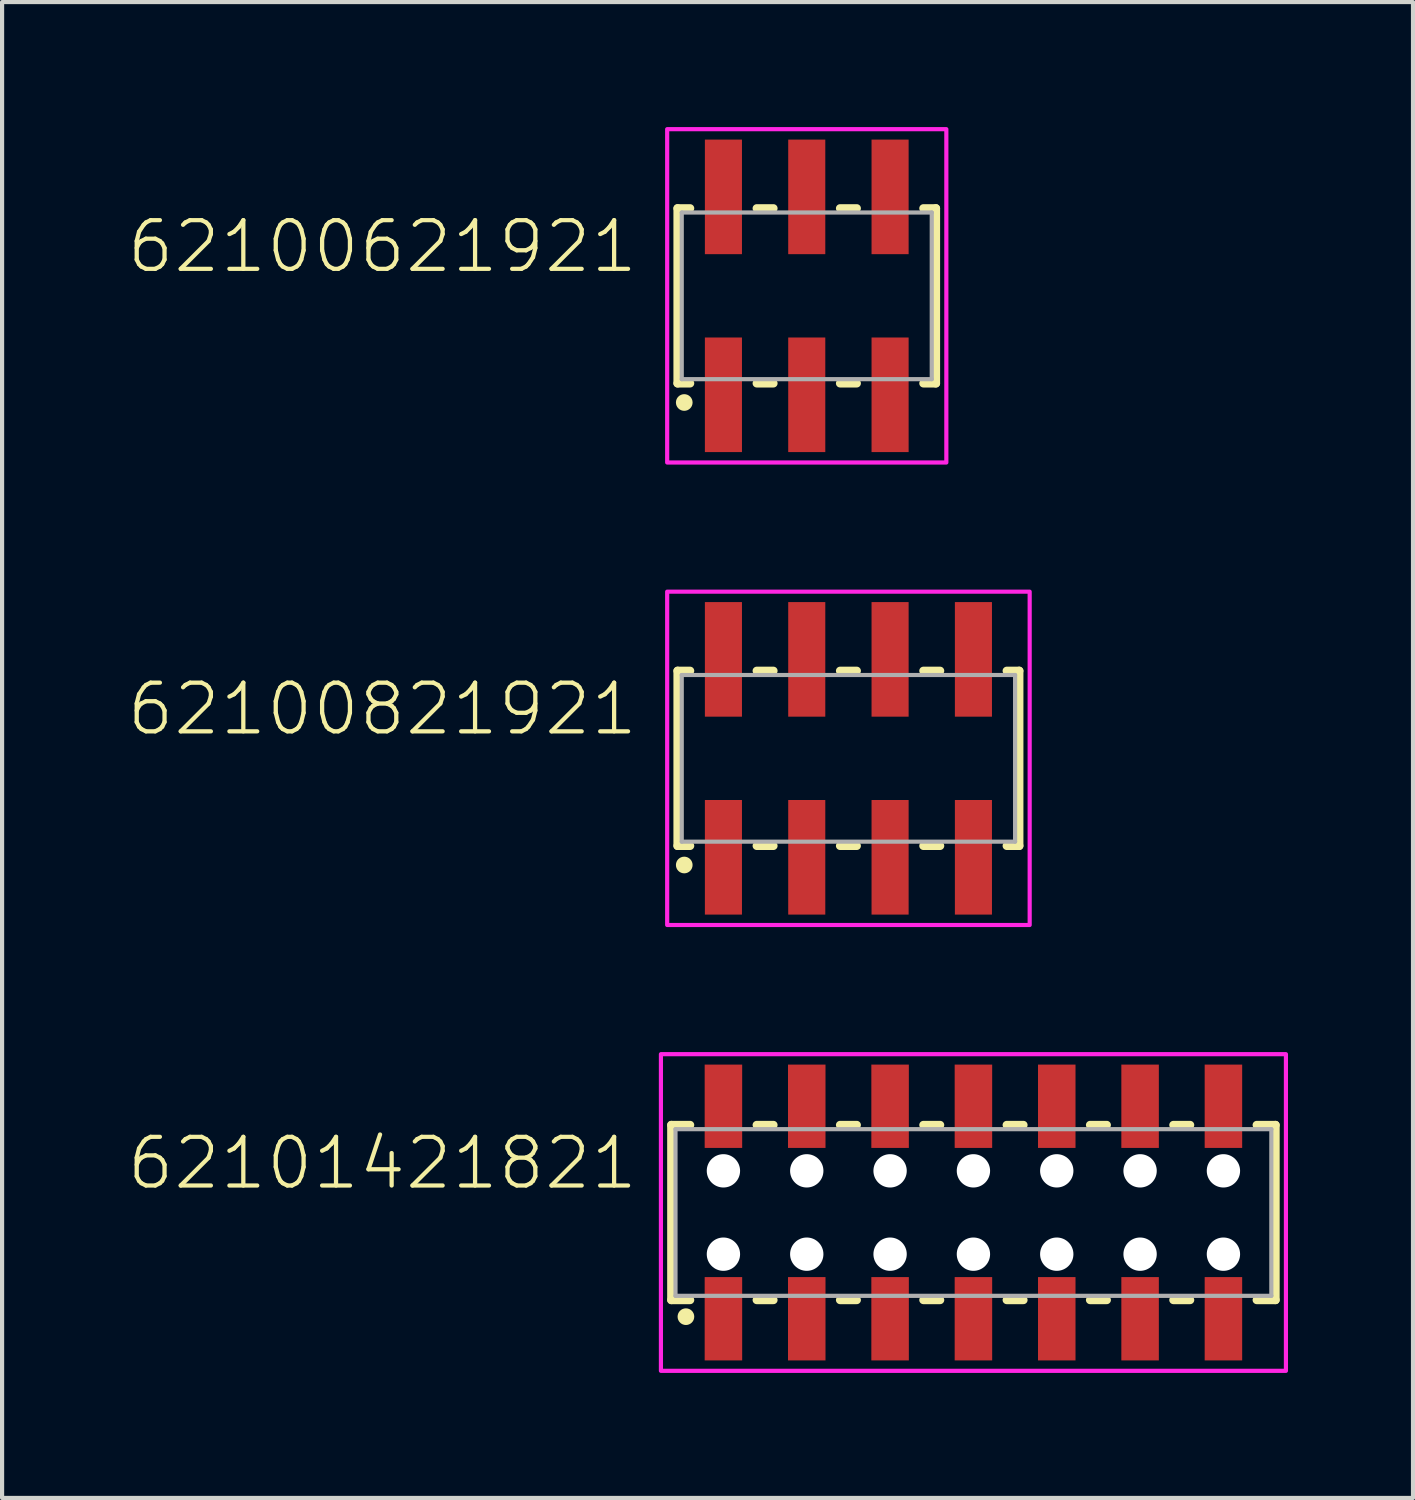
<source format=kicad_pcb>
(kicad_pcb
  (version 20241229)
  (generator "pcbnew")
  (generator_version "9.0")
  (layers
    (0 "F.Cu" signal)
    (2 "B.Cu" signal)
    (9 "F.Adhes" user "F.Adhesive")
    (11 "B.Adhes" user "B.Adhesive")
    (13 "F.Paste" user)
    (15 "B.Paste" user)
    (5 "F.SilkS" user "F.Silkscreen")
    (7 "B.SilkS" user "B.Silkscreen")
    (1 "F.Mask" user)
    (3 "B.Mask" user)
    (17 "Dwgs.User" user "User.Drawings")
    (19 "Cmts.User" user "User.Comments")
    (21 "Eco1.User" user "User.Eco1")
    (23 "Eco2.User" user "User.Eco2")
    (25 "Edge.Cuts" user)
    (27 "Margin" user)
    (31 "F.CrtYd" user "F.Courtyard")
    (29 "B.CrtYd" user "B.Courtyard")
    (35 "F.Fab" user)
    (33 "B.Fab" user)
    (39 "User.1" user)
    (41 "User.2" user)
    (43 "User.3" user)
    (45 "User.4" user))
  (footprint "62101421821"
    (layer "F.Cu")
    (at 20.312 26.05)
    (property "Reference" "62101421821" (at -8 -0.5 0) (unlocked yes) (layer "F.SilkS") (effects (font (size 1.168 1.168) (thickness 0.102)) (justify right bottom)))
    (fp_line (start -7.25 -2.1) (end -7.25 2.1) (stroke (width 0.2) (type solid)) (layer "F.SilkS"))
    (fp_line (start -7.25 2.1) (end -6.8 2.1) (stroke (width 0.2) (type solid)) (layer "F.SilkS"))
    (fp_line (start -6.8 -2.1) (end -7.25 -2.1) (stroke (width 0.2) (type solid)) (layer "F.SilkS"))
    (fp_line (start -5.2 -2.1) (end -4.8 -2.1) (stroke (width 0.2) (type solid)) (layer "F.SilkS"))
    (fp_line (start -5.2 2.1) (end -4.8 2.1) (stroke (width 0.2) (type solid)) (layer "F.SilkS"))
    (fp_line (start -3.2 -2.1) (end -2.8 -2.1) (stroke (width 0.2) (type solid)) (layer "F.SilkS"))
    (fp_line (start -3.2 2.1) (end -2.8 2.1) (stroke (width 0.2) (type solid)) (layer "F.SilkS"))
    (fp_line (start -1.2 -2.1) (end -0.8 -2.1) (stroke (width 0.2) (type solid)) (layer "F.SilkS"))
    (fp_line (start -1.2 2.1) (end -0.8 2.1) (stroke (width 0.2) (type solid)) (layer "F.SilkS"))
    (fp_line (start 0.8 -2.1) (end 1.2 -2.1) (stroke (width 0.2) (type solid)) (layer "F.SilkS"))
    (fp_line (start 0.8 2.1) (end 1.2 2.1) (stroke (width 0.2) (type solid)) (layer "F.SilkS"))
    (fp_line (start 2.8 -2.1) (end 3.2 -2.1) (stroke (width 0.2) (type solid)) (layer "F.SilkS"))
    (fp_line (start 2.8 2.1) (end 3.2 2.1) (stroke (width 0.2) (type solid)) (layer "F.SilkS"))
    (fp_line (start 4.8 -2.1) (end 5.2 -2.1) (stroke (width 0.2) (type solid)) (layer "F.SilkS"))
    (fp_line (start 4.8 2.1) (end 5.2 2.1) (stroke (width 0.2) (type solid)) (layer "F.SilkS"))
    (fp_line (start 6.8 -2.1) (end 7.25 -2.1) (stroke (width 0.2) (type solid)) (layer "F.SilkS"))
    (fp_line (start 6.8 2.1) (end 7.25 2.1) (stroke (width 0.2) (type solid)) (layer "F.SilkS"))
    (fp_line (start 7.25 -2.1) (end 7.25 2.1) (stroke (width 0.2) (type solid)) (layer "F.SilkS"))
    (fp_circle (center -6.9 2.5) (end -6.8 2.5) (stroke (width 0.2) (type solid)) (fill no) (layer "F.SilkS"))
    (fp_poly (pts (xy 7.5 3.8) (xy -7.5 3.8) (xy -7.5 -3.8) (xy 7.5 -3.8)) (stroke (width 0.1) (type default)) (fill no) (layer "F.CrtYd"))
    (fp_line (start -7.15 -2) (end 7.15 -2) (stroke (width 0.1) (type solid)) (layer "F.Fab"))
    (fp_line (start -7.15 2) (end -7.15 -2) (stroke (width 0.1) (type solid)) (layer "F.Fab"))
    (fp_line (start 7.15 -2) (end 7.15 2) (stroke (width 0.1) (type solid)) (layer "F.Fab"))
    (fp_line (start 7.15 2) (end -7.15 2) (stroke (width 0.1) (type solid)) (layer "F.Fab"))
    (pad "" np_thru_hole circle (at -6 -1) (size 0.8 0.8) (drill 0.8) (layers "*.Cu" "*.Mask"))
    (pad "" np_thru_hole circle (at -6 1) (size 0.8 0.8) (drill 0.8) (layers "*.Cu" "*.Mask"))
    (pad "" np_thru_hole circle (at -4 -1) (size 0.8 0.8) (drill 0.8) (layers "*.Cu" "*.Mask"))
    (pad "" np_thru_hole circle (at -4 1) (size 0.8 0.8) (drill 0.8) (layers "*.Cu" "*.Mask"))
    (pad "" np_thru_hole circle (at -2 -1) (size 0.8 0.8) (drill 0.8) (layers "*.Cu" "*.Mask"))
    (pad "" np_thru_hole circle (at -2 1) (size 0.8 0.8) (drill 0.8) (layers "*.Cu" "*.Mask"))
    (pad "" np_thru_hole circle (at 0 -1) (size 0.8 0.8) (drill 0.8) (layers "*.Cu" "*.Mask"))
    (pad "" np_thru_hole circle (at 0 1) (size 0.8 0.8) (drill 0.8) (layers "*.Cu" "*.Mask"))
    (pad "" np_thru_hole circle (at 2 -1) (size 0.8 0.8) (drill 0.8) (layers "*.Cu" "*.Mask"))
    (pad "" np_thru_hole circle (at 2 1) (size 0.8 0.8) (drill 0.8) (layers "*.Cu" "*.Mask"))
    (pad "" np_thru_hole circle (at 4 -1) (size 0.8 0.8) (drill 0.8) (layers "*.Cu" "*.Mask"))
    (pad "" np_thru_hole circle (at 4 1) (size 0.8 0.8) (drill 0.8) (layers "*.Cu" "*.Mask"))
    (pad "" np_thru_hole circle (at 6 -1) (size 0.8 0.8) (drill 0.8) (layers "*.Cu" "*.Mask"))
    (pad "" np_thru_hole circle (at 6 1) (size 0.8 0.8) (drill 0.8) (layers "*.Cu" "*.Mask"))
    (pad "1" smd rect (at -6 2.55) (size 0.9 2) (layers "F.Cu" "F.Mask" "F.Paste"))
    (pad "2" smd rect (at -6 -2.55) (size 0.9 2) (layers "F.Cu" "F.Mask" "F.Paste"))
    (pad "3" smd rect (at -4 2.55) (size 0.9 2) (layers "F.Cu" "F.Mask" "F.Paste"))
    (pad "4" smd rect (at -4 -2.55) (size 0.9 2) (layers "F.Cu" "F.Mask" "F.Paste"))
    (pad "5" smd rect (at -2 2.55) (size 0.9 2) (layers "F.Cu" "F.Mask" "F.Paste"))
    (pad "6" smd rect (at -2 -2.55) (size 0.9 2) (layers "F.Cu" "F.Mask" "F.Paste"))
    (pad "7" smd rect (at 0 2.55) (size 0.9 2) (layers "F.Cu" "F.Mask" "F.Paste"))
    (pad "8" smd rect (at 0 -2.55) (size 0.9 2) (layers "F.Cu" "F.Mask" "F.Paste"))
    (pad "9" smd rect (at 2 2.55) (size 0.9 2) (layers "F.Cu" "F.Mask" "F.Paste"))
    (pad "10" smd rect (at 2 -2.55) (size 0.9 2) (layers "F.Cu" "F.Mask" "F.Paste"))
    (pad "11" smd rect (at 4 2.55) (size 0.9 2) (layers "F.Cu" "F.Mask" "F.Paste"))
    (pad "12" smd rect (at 4 -2.55) (size 0.9 2) (layers "F.Cu" "F.Mask" "F.Paste"))
    (pad "13" smd rect (at 6 2.55) (size 0.9 2) (layers "F.Cu" "F.Mask" "F.Paste"))
    (pad "14" smd rect (at 6 -2.55) (size 0.9 2) (layers "F.Cu" "F.Mask" "F.Paste")))
  (footprint "62100821921"
    (layer "F.Cu")
    (at 17.312 15.15)
    (property "Reference" "62100821921" (at -5 -0.5 0) (unlocked yes) (layer "F.SilkS") (effects (font (size 1.168 1.168) (thickness 0.102)) (justify right bottom)))
    (fp_line (start -4.1 -2.1) (end -4.1 2.1) (stroke (width 0.2) (type solid)) (layer "F.SilkS"))
    (fp_line (start -4.1 2.1) (end -3.8 2.1) (stroke (width 0.2) (type solid)) (layer "F.SilkS"))
    (fp_line (start -3.8 -2.1) (end -4.1 -2.1) (stroke (width 0.2) (type solid)) (layer "F.SilkS"))
    (fp_line (start -2.2 -2.1) (end -1.8 -2.1) (stroke (width 0.2) (type solid)) (layer "F.SilkS"))
    (fp_line (start -1.8 2.1) (end -2.2 2.1) (stroke (width 0.2) (type solid)) (layer "F.SilkS"))
    (fp_line (start -0.2 -2.1) (end 0.2 -2.1) (stroke (width 0.2) (type solid)) (layer "F.SilkS"))
    (fp_line (start 0.2 2.1) (end -0.2 2.1) (stroke (width 0.2) (type solid)) (layer "F.SilkS"))
    (fp_line (start 1.8 -2.1) (end 2.2 -2.1) (stroke (width 0.2) (type solid)) (layer "F.SilkS"))
    (fp_line (start 2.2 2.1) (end 1.8 2.1) (stroke (width 0.2) (type solid)) (layer "F.SilkS"))
    (fp_line (start 3.8 -2.1) (end 4.1 -2.1) (stroke (width 0.2) (type solid)) (layer "F.SilkS"))
    (fp_line (start 4.1 -2.1) (end 4.1 2.1) (stroke (width 0.2) (type solid)) (layer "F.SilkS"))
    (fp_line (start 4.1 2.1) (end 3.8 2.1) (stroke (width 0.2) (type solid)) (layer "F.SilkS"))
    (fp_circle (center -3.94 2.56) (end -3.84 2.56) (stroke (width 0.2) (type solid)) (fill no) (layer "F.SilkS"))
    (fp_poly (pts (xy 4.35 4) (xy -4.35 4) (xy -4.35 -4) (xy 4.35 -4)) (stroke (width 0.1) (type default)) (fill no) (layer "F.CrtYd"))
    (fp_line (start -4 -2) (end 4 -2) (stroke (width 0.1) (type solid)) (layer "F.Fab"))
    (fp_line (start -4 2) (end -4 -2) (stroke (width 0.1) (type solid)) (layer "F.Fab"))
    (fp_line (start 4 -2) (end 4 2) (stroke (width 0.1) (type solid)) (layer "F.Fab"))
    (fp_line (start 4 2) (end -4 2) (stroke (width 0.1) (type solid)) (layer "F.Fab"))
    (pad "1" smd rect (at -3 2.375) (size 0.89 2.75) (layers "F.Cu" "F.Mask" "F.Paste"))
    (pad "2" smd rect (at -3 -2.375) (size 0.89 2.75) (layers "F.Cu" "F.Mask" "F.Paste"))
    (pad "3" smd rect (at -1 2.375) (size 0.89 2.75) (layers "F.Cu" "F.Mask" "F.Paste"))
    (pad "4" smd rect (at -1 -2.375) (size 0.89 2.75) (layers "F.Cu" "F.Mask" "F.Paste"))
    (pad "5" smd rect (at 1 2.375) (size 0.89 2.75) (layers "F.Cu" "F.Mask" "F.Paste"))
    (pad "6" smd rect (at 1 -2.375) (size 0.89 2.75) (layers "F.Cu" "F.Mask" "F.Paste"))
    (pad "7" smd rect (at 3 2.375) (size 0.89 2.75) (layers "F.Cu" "F.Mask" "F.Paste"))
    (pad "8" smd rect (at 3 -2.375) (size 0.89 2.75) (layers "F.Cu" "F.Mask" "F.Paste")))
  (footprint "62100621921"
    (layer "F.Cu")
    (at 16.312 4.05)
    (property "Reference" "62100621921" (at -4 -0.5 0) (unlocked yes) (layer "F.SilkS") (effects (font (size 1.168 1.168) (thickness 0.102)) (justify right bottom)))
    (fp_line (start -3.1 -2.1) (end -3.1 2.1) (stroke (width 0.2) (type solid)) (layer "F.SilkS"))
    (fp_line (start -3.1 2.1) (end -2.8 2.1) (stroke (width 0.2) (type solid)) (layer "F.SilkS"))
    (fp_line (start -2.8 -2.1) (end -3.1 -2.1) (stroke (width 0.2) (type solid)) (layer "F.SilkS"))
    (fp_line (start -1.2 -2.1) (end -0.8 -2.1) (stroke (width 0.2) (type solid)) (layer "F.SilkS"))
    (fp_line (start -0.8 2.1) (end -1.2 2.1) (stroke (width 0.2) (type solid)) (layer "F.SilkS"))
    (fp_line (start 0.8 -2.1) (end 1.2 -2.1) (stroke (width 0.2) (type solid)) (layer "F.SilkS"))
    (fp_line (start 1.2 2.1) (end 0.8 2.1) (stroke (width 0.2) (type solid)) (layer "F.SilkS"))
    (fp_line (start 2.8 -2.1) (end 3.1 -2.1) (stroke (width 0.2) (type solid)) (layer "F.SilkS"))
    (fp_line (start 3.1 -2.1) (end 3.1 2.1) (stroke (width 0.2) (type solid)) (layer "F.SilkS"))
    (fp_line (start 3.1 2.1) (end 2.8 2.1) (stroke (width 0.2) (type solid)) (layer "F.SilkS"))
    (fp_circle (center -2.94 2.56) (end -2.84 2.56) (stroke (width 0.2) (type solid)) (fill no) (layer "F.SilkS"))
    (fp_poly (pts (xy 3.35 4) (xy -3.35 4) (xy -3.35 -4) (xy 3.35 -4)) (stroke (width 0.1) (type default)) (fill no) (layer "F.CrtYd"))
    (fp_line (start -3 -2) (end 3 -2) (stroke (width 0.1) (type solid)) (layer "F.Fab"))
    (fp_line (start -3 2) (end -3 -2) (stroke (width 0.1) (type solid)) (layer "F.Fab"))
    (fp_line (start 3 -2) (end 3 2) (stroke (width 0.1) (type solid)) (layer "F.Fab"))
    (fp_line (start 3 2) (end -3 2) (stroke (width 0.1) (type solid)) (layer "F.Fab"))
    (pad "1" smd rect (at -2 2.375) (size 0.89 2.75) (layers "F.Cu" "F.Mask" "F.Paste"))
    (pad "2" smd rect (at -2 -2.375) (size 0.89 2.75) (layers "F.Cu" "F.Mask" "F.Paste"))
    (pad "3" smd rect (at 0 2.375) (size 0.89 2.75) (layers "F.Cu" "F.Mask" "F.Paste"))
    (pad "4" smd rect (at 0 -2.375) (size 0.89 2.75) (layers "F.Cu" "F.Mask" "F.Paste"))
    (pad "5" smd rect (at 2 2.375) (size 0.89 2.75) (layers "F.Cu" "F.Mask" "F.Paste"))
    (pad "6" smd rect (at 2 -2.375) (size 0.89 2.75) (layers "F.Cu" "F.Mask" "F.Paste")))
  (gr_rect
    (start -3 -3)
    (end 30.862 32.9)
    (stroke (width 0.1) (type default))
    (fill no)
    (layer "Edge.Cuts")))
</source>
